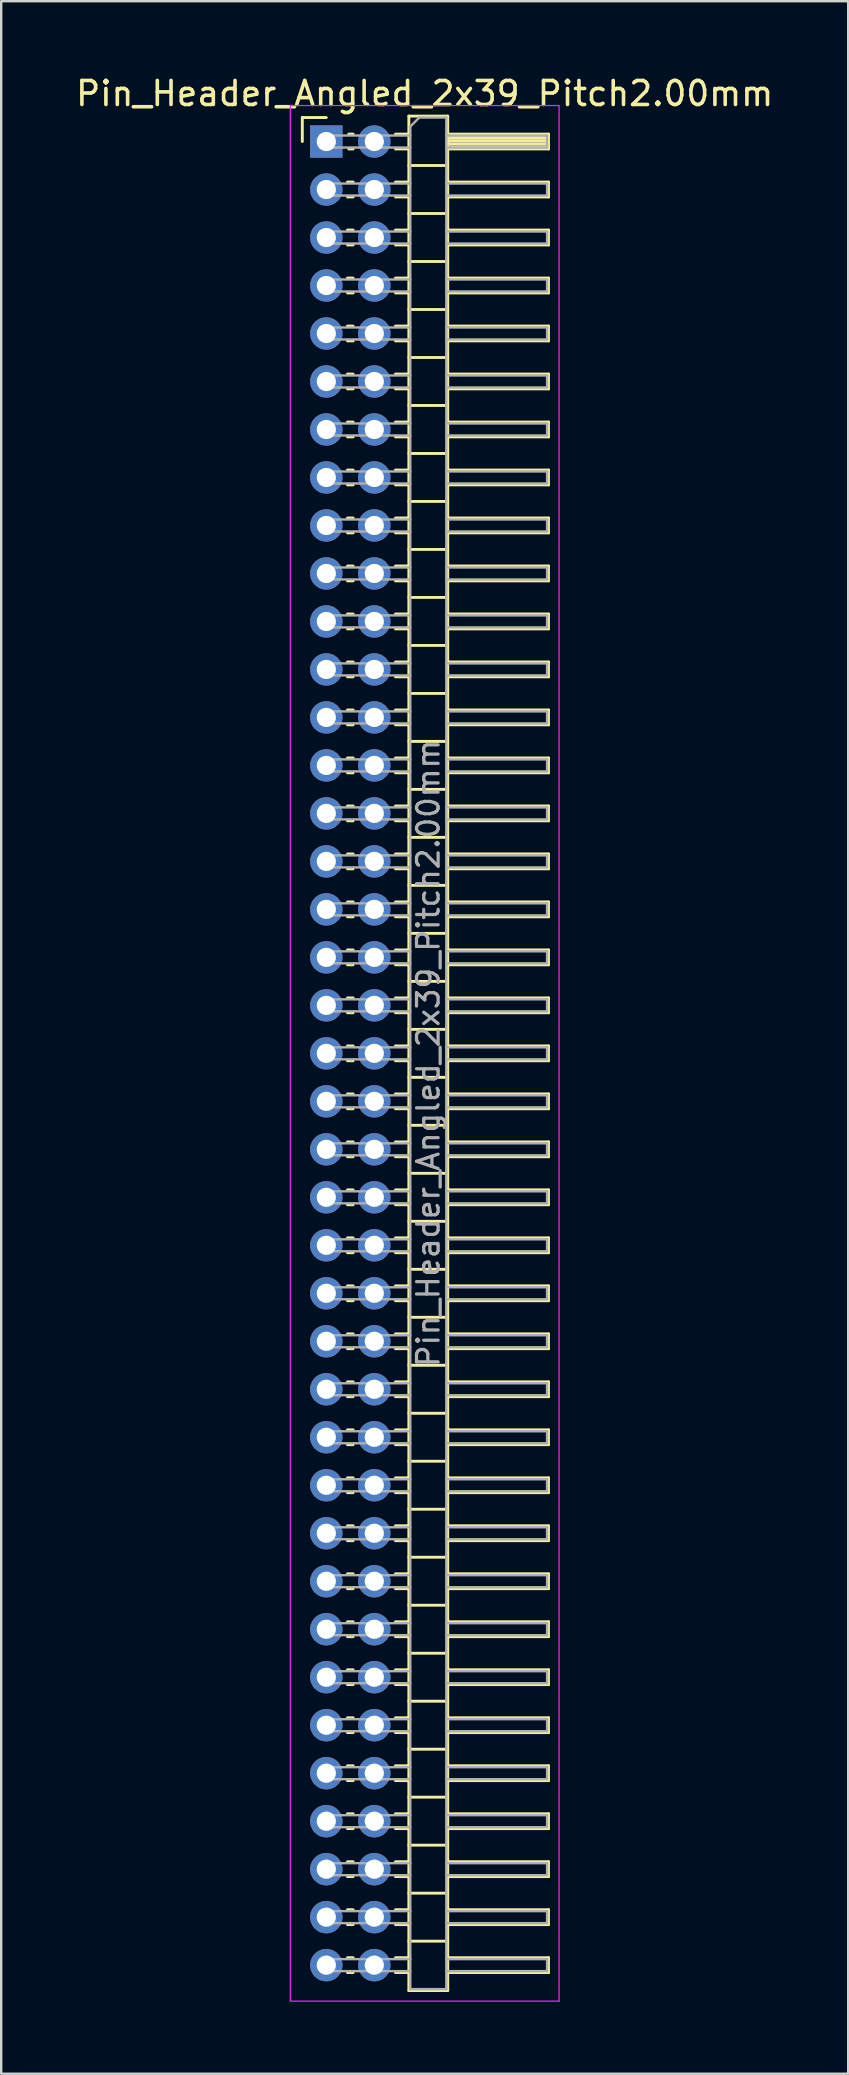
<source format=kicad_pcb>
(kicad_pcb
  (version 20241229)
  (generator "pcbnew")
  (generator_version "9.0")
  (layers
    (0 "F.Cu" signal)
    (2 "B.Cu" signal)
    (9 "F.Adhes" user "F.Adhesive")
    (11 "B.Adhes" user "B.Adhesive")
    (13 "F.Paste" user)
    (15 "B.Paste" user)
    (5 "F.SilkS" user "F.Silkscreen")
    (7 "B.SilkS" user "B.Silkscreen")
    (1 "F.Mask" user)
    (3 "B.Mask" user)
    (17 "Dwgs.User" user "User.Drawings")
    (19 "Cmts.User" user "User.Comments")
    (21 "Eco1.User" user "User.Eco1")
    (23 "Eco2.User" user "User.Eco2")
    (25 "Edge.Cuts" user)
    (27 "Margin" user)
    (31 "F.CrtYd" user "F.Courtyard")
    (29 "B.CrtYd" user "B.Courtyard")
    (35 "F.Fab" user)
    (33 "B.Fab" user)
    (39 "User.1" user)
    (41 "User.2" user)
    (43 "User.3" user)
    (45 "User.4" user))
  (footprint "Pin_Header_Angled_2x39_Pitch2.00mm"
    (layer "F.Cu")
    (at 10.549 2.848)
    (property "Reference" "Pin_Header_Angled_2x39_Pitch2.00mm" (at 4.1 -2 0) (layer "F.SilkS") (effects (font (size 1 1) (thickness 0.15))))
    (attr through_hole)
    (fp_line (start -1 -1) (end 0 -1) (stroke (width 0.12) (type solid)) (layer "F.SilkS"))
    (fp_line (start -1 0) (end -1 -1) (stroke (width 0.12) (type solid)) (layer "F.SilkS"))
    (fp_line (start 0.882 1.69) (end 1.118 1.69) (stroke (width 0.12) (type solid)) (layer "F.SilkS"))
    (fp_line (start 0.882 2.31) (end 1.118 2.31) (stroke (width 0.12) (type solid)) (layer "F.SilkS"))
    (fp_line (start 0.882 3.69) (end 1.118 3.69) (stroke (width 0.12) (type solid)) (layer "F.SilkS"))
    (fp_line (start 0.882 4.31) (end 1.118 4.31) (stroke (width 0.12) (type solid)) (layer "F.SilkS"))
    (fp_line (start 0.882 5.69) (end 1.118 5.69) (stroke (width 0.12) (type solid)) (layer "F.SilkS"))
    (fp_line (start 0.882 6.31) (end 1.118 6.31) (stroke (width 0.12) (type solid)) (layer "F.SilkS"))
    (fp_line (start 0.882 7.69) (end 1.118 7.69) (stroke (width 0.12) (type solid)) (layer "F.SilkS"))
    (fp_line (start 0.882 8.31) (end 1.118 8.31) (stroke (width 0.12) (type solid)) (layer "F.SilkS"))
    (fp_line (start 0.882 9.69) (end 1.118 9.69) (stroke (width 0.12) (type solid)) (layer "F.SilkS"))
    (fp_line (start 0.882 10.31) (end 1.118 10.31) (stroke (width 0.12) (type solid)) (layer "F.SilkS"))
    (fp_line (start 0.882 11.69) (end 1.118 11.69) (stroke (width 0.12) (type solid)) (layer "F.SilkS"))
    (fp_line (start 0.882 12.31) (end 1.118 12.31) (stroke (width 0.12) (type solid)) (layer "F.SilkS"))
    (fp_line (start 0.882 13.69) (end 1.118 13.69) (stroke (width 0.12) (type solid)) (layer "F.SilkS"))
    (fp_line (start 0.882 14.31) (end 1.118 14.31) (stroke (width 0.12) (type solid)) (layer "F.SilkS"))
    (fp_line (start 0.882 15.69) (end 1.118 15.69) (stroke (width 0.12) (type solid)) (layer "F.SilkS"))
    (fp_line (start 0.882 16.31) (end 1.118 16.31) (stroke (width 0.12) (type solid)) (layer "F.SilkS"))
    (fp_line (start 0.882 17.69) (end 1.118 17.69) (stroke (width 0.12) (type solid)) (layer "F.SilkS"))
    (fp_line (start 0.882 18.31) (end 1.118 18.31) (stroke (width 0.12) (type solid)) (layer "F.SilkS"))
    (fp_line (start 0.882 19.69) (end 1.118 19.69) (stroke (width 0.12) (type solid)) (layer "F.SilkS"))
    (fp_line (start 0.882 20.31) (end 1.118 20.31) (stroke (width 0.12) (type solid)) (layer "F.SilkS"))
    (fp_line (start 0.882 21.69) (end 1.118 21.69) (stroke (width 0.12) (type solid)) (layer "F.SilkS"))
    (fp_line (start 0.882 22.31) (end 1.118 22.31) (stroke (width 0.12) (type solid)) (layer "F.SilkS"))
    (fp_line (start 0.882 23.69) (end 1.118 23.69) (stroke (width 0.12) (type solid)) (layer "F.SilkS"))
    (fp_line (start 0.882 24.31) (end 1.118 24.31) (stroke (width 0.12) (type solid)) (layer "F.SilkS"))
    (fp_line (start 0.882 25.69) (end 1.118 25.69) (stroke (width 0.12) (type solid)) (layer "F.SilkS"))
    (fp_line (start 0.882 26.31) (end 1.118 26.31) (stroke (width 0.12) (type solid)) (layer "F.SilkS"))
    (fp_line (start 0.882 27.69) (end 1.118 27.69) (stroke (width 0.12) (type solid)) (layer "F.SilkS"))
    (fp_line (start 0.882 28.31) (end 1.118 28.31) (stroke (width 0.12) (type solid)) (layer "F.SilkS"))
    (fp_line (start 0.882 29.69) (end 1.118 29.69) (stroke (width 0.12) (type solid)) (layer "F.SilkS"))
    (fp_line (start 0.882 30.31) (end 1.118 30.31) (stroke (width 0.12) (type solid)) (layer "F.SilkS"))
    (fp_line (start 0.882 31.69) (end 1.118 31.69) (stroke (width 0.12) (type solid)) (layer "F.SilkS"))
    (fp_line (start 0.882 32.31) (end 1.118 32.31) (stroke (width 0.12) (type solid)) (layer "F.SilkS"))
    (fp_line (start 0.882 33.69) (end 1.118 33.69) (stroke (width 0.12) (type solid)) (layer "F.SilkS"))
    (fp_line (start 0.882 34.31) (end 1.118 34.31) (stroke (width 0.12) (type solid)) (layer "F.SilkS"))
    (fp_line (start 0.882 35.69) (end 1.118 35.69) (stroke (width 0.12) (type solid)) (layer "F.SilkS"))
    (fp_line (start 0.882 36.31) (end 1.118 36.31) (stroke (width 0.12) (type solid)) (layer "F.SilkS"))
    (fp_line (start 0.882 37.69) (end 1.118 37.69) (stroke (width 0.12) (type solid)) (layer "F.SilkS"))
    (fp_line (start 0.882 38.31) (end 1.118 38.31) (stroke (width 0.12) (type solid)) (layer "F.SilkS"))
    (fp_line (start 0.882 39.69) (end 1.118 39.69) (stroke (width 0.12) (type solid)) (layer "F.SilkS"))
    (fp_line (start 0.882 40.31) (end 1.118 40.31) (stroke (width 0.12) (type solid)) (layer "F.SilkS"))
    (fp_line (start 0.882 41.69) (end 1.118 41.69) (stroke (width 0.12) (type solid)) (layer "F.SilkS"))
    (fp_line (start 0.882 42.31) (end 1.118 42.31) (stroke (width 0.12) (type solid)) (layer "F.SilkS"))
    (fp_line (start 0.882 43.69) (end 1.118 43.69) (stroke (width 0.12) (type solid)) (layer "F.SilkS"))
    (fp_line (start 0.882 44.31) (end 1.118 44.31) (stroke (width 0.12) (type solid)) (layer "F.SilkS"))
    (fp_line (start 0.882 45.69) (end 1.118 45.69) (stroke (width 0.12) (type solid)) (layer "F.SilkS"))
    (fp_line (start 0.882 46.31) (end 1.118 46.31) (stroke (width 0.12) (type solid)) (layer "F.SilkS"))
    (fp_line (start 0.882 47.69) (end 1.118 47.69) (stroke (width 0.12) (type solid)) (layer "F.SilkS"))
    (fp_line (start 0.882 48.31) (end 1.118 48.31) (stroke (width 0.12) (type solid)) (layer "F.SilkS"))
    (fp_line (start 0.882 49.69) (end 1.118 49.69) (stroke (width 0.12) (type solid)) (layer "F.SilkS"))
    (fp_line (start 0.882 50.31) (end 1.118 50.31) (stroke (width 0.12) (type solid)) (layer "F.SilkS"))
    (fp_line (start 0.882 51.69) (end 1.118 51.69) (stroke (width 0.12) (type solid)) (layer "F.SilkS"))
    (fp_line (start 0.882 52.31) (end 1.118 52.31) (stroke (width 0.12) (type solid)) (layer "F.SilkS"))
    (fp_line (start 0.882 53.69) (end 1.118 53.69) (stroke (width 0.12) (type solid)) (layer "F.SilkS"))
    (fp_line (start 0.882 54.31) (end 1.118 54.31) (stroke (width 0.12) (type solid)) (layer "F.SilkS"))
    (fp_line (start 0.882 55.69) (end 1.118 55.69) (stroke (width 0.12) (type solid)) (layer "F.SilkS"))
    (fp_line (start 0.882 56.31) (end 1.118 56.31) (stroke (width 0.12) (type solid)) (layer "F.SilkS"))
    (fp_line (start 0.882 57.69) (end 1.118 57.69) (stroke (width 0.12) (type solid)) (layer "F.SilkS"))
    (fp_line (start 0.882 58.31) (end 1.118 58.31) (stroke (width 0.12) (type solid)) (layer "F.SilkS"))
    (fp_line (start 0.882 59.69) (end 1.118 59.69) (stroke (width 0.12) (type solid)) (layer "F.SilkS"))
    (fp_line (start 0.882 60.31) (end 1.118 60.31) (stroke (width 0.12) (type solid)) (layer "F.SilkS"))
    (fp_line (start 0.882 61.69) (end 1.118 61.69) (stroke (width 0.12) (type solid)) (layer "F.SilkS"))
    (fp_line (start 0.882 62.31) (end 1.118 62.31) (stroke (width 0.12) (type solid)) (layer "F.SilkS"))
    (fp_line (start 0.882 63.69) (end 1.118 63.69) (stroke (width 0.12) (type solid)) (layer "F.SilkS"))
    (fp_line (start 0.882 64.31) (end 1.118 64.31) (stroke (width 0.12) (type solid)) (layer "F.SilkS"))
    (fp_line (start 0.882 65.69) (end 1.118 65.69) (stroke (width 0.12) (type solid)) (layer "F.SilkS"))
    (fp_line (start 0.882 66.31) (end 1.118 66.31) (stroke (width 0.12) (type solid)) (layer "F.SilkS"))
    (fp_line (start 0.882 67.69) (end 1.118 67.69) (stroke (width 0.12) (type solid)) (layer "F.SilkS"))
    (fp_line (start 0.882 68.31) (end 1.118 68.31) (stroke (width 0.12) (type solid)) (layer "F.SilkS"))
    (fp_line (start 0.882 69.69) (end 1.118 69.69) (stroke (width 0.12) (type solid)) (layer "F.SilkS"))
    (fp_line (start 0.882 70.31) (end 1.118 70.31) (stroke (width 0.12) (type solid)) (layer "F.SilkS"))
    (fp_line (start 0.882 71.69) (end 1.118 71.69) (stroke (width 0.12) (type solid)) (layer "F.SilkS"))
    (fp_line (start 0.882 72.31) (end 1.118 72.31) (stroke (width 0.12) (type solid)) (layer "F.SilkS"))
    (fp_line (start 0.882 73.69) (end 1.118 73.69) (stroke (width 0.12) (type solid)) (layer "F.SilkS"))
    (fp_line (start 0.882 74.31) (end 1.118 74.31) (stroke (width 0.12) (type solid)) (layer "F.SilkS"))
    (fp_line (start 0.882 75.69) (end 1.118 75.69) (stroke (width 0.12) (type solid)) (layer "F.SilkS"))
    (fp_line (start 0.882 76.31) (end 1.118 76.31) (stroke (width 0.12) (type solid)) (layer "F.SilkS"))
    (fp_line (start 0.935 -0.31) (end 1.118 -0.31) (stroke (width 0.12) (type solid)) (layer "F.SilkS"))
    (fp_line (start 0.935 0.31) (end 1.118 0.31) (stroke (width 0.12) (type solid)) (layer "F.SilkS"))
    (fp_line (start 2.882 -0.31) (end 3.44 -0.31) (stroke (width 0.12) (type solid)) (layer "F.SilkS"))
    (fp_line (start 2.882 0.31) (end 3.44 0.31) (stroke (width 0.12) (type solid)) (layer "F.SilkS"))
    (fp_line (start 2.882 1.69) (end 3.44 1.69) (stroke (width 0.12) (type solid)) (layer "F.SilkS"))
    (fp_line (start 2.882 2.31) (end 3.44 2.31) (stroke (width 0.12) (type solid)) (layer "F.SilkS"))
    (fp_line (start 2.882 3.69) (end 3.44 3.69) (stroke (width 0.12) (type solid)) (layer "F.SilkS"))
    (fp_line (start 2.882 4.31) (end 3.44 4.31) (stroke (width 0.12) (type solid)) (layer "F.SilkS"))
    (fp_line (start 2.882 5.69) (end 3.44 5.69) (stroke (width 0.12) (type solid)) (layer "F.SilkS"))
    (fp_line (start 2.882 6.31) (end 3.44 6.31) (stroke (width 0.12) (type solid)) (layer "F.SilkS"))
    (fp_line (start 2.882 7.69) (end 3.44 7.69) (stroke (width 0.12) (type solid)) (layer "F.SilkS"))
    (fp_line (start 2.882 8.31) (end 3.44 8.31) (stroke (width 0.12) (type solid)) (layer "F.SilkS"))
    (fp_line (start 2.882 9.69) (end 3.44 9.69) (stroke (width 0.12) (type solid)) (layer "F.SilkS"))
    (fp_line (start 2.882 10.31) (end 3.44 10.31) (stroke (width 0.12) (type solid)) (layer "F.SilkS"))
    (fp_line (start 2.882 11.69) (end 3.44 11.69) (stroke (width 0.12) (type solid)) (layer "F.SilkS"))
    (fp_line (start 2.882 12.31) (end 3.44 12.31) (stroke (width 0.12) (type solid)) (layer "F.SilkS"))
    (fp_line (start 2.882 13.69) (end 3.44 13.69) (stroke (width 0.12) (type solid)) (layer "F.SilkS"))
    (fp_line (start 2.882 14.31) (end 3.44 14.31) (stroke (width 0.12) (type solid)) (layer "F.SilkS"))
    (fp_line (start 2.882 15.69) (end 3.44 15.69) (stroke (width 0.12) (type solid)) (layer "F.SilkS"))
    (fp_line (start 2.882 16.31) (end 3.44 16.31) (stroke (width 0.12) (type solid)) (layer "F.SilkS"))
    (fp_line (start 2.882 17.69) (end 3.44 17.69) (stroke (width 0.12) (type solid)) (layer "F.SilkS"))
    (fp_line (start 2.882 18.31) (end 3.44 18.31) (stroke (width 0.12) (type solid)) (layer "F.SilkS"))
    (fp_line (start 2.882 19.69) (end 3.44 19.69) (stroke (width 0.12) (type solid)) (layer "F.SilkS"))
    (fp_line (start 2.882 20.31) (end 3.44 20.31) (stroke (width 0.12) (type solid)) (layer "F.SilkS"))
    (fp_line (start 2.882 21.69) (end 3.44 21.69) (stroke (width 0.12) (type solid)) (layer "F.SilkS"))
    (fp_line (start 2.882 22.31) (end 3.44 22.31) (stroke (width 0.12) (type solid)) (layer "F.SilkS"))
    (fp_line (start 2.882 23.69) (end 3.44 23.69) (stroke (width 0.12) (type solid)) (layer "F.SilkS"))
    (fp_line (start 2.882 24.31) (end 3.44 24.31) (stroke (width 0.12) (type solid)) (layer "F.SilkS"))
    (fp_line (start 2.882 25.69) (end 3.44 25.69) (stroke (width 0.12) (type solid)) (layer "F.SilkS"))
    (fp_line (start 2.882 26.31) (end 3.44 26.31) (stroke (width 0.12) (type solid)) (layer "F.SilkS"))
    (fp_line (start 2.882 27.69) (end 3.44 27.69) (stroke (width 0.12) (type solid)) (layer "F.SilkS"))
    (fp_line (start 2.882 28.31) (end 3.44 28.31) (stroke (width 0.12) (type solid)) (layer "F.SilkS"))
    (fp_line (start 2.882 29.69) (end 3.44 29.69) (stroke (width 0.12) (type solid)) (layer "F.SilkS"))
    (fp_line (start 2.882 30.31) (end 3.44 30.31) (stroke (width 0.12) (type solid)) (layer "F.SilkS"))
    (fp_line (start 2.882 31.69) (end 3.44 31.69) (stroke (width 0.12) (type solid)) (layer "F.SilkS"))
    (fp_line (start 2.882 32.31) (end 3.44 32.31) (stroke (width 0.12) (type solid)) (layer "F.SilkS"))
    (fp_line (start 2.882 33.69) (end 3.44 33.69) (stroke (width 0.12) (type solid)) (layer "F.SilkS"))
    (fp_line (start 2.882 34.31) (end 3.44 34.31) (stroke (width 0.12) (type solid)) (layer "F.SilkS"))
    (fp_line (start 2.882 35.69) (end 3.44 35.69) (stroke (width 0.12) (type solid)) (layer "F.SilkS"))
    (fp_line (start 2.882 36.31) (end 3.44 36.31) (stroke (width 0.12) (type solid)) (layer "F.SilkS"))
    (fp_line (start 2.882 37.69) (end 3.44 37.69) (stroke (width 0.12) (type solid)) (layer "F.SilkS"))
    (fp_line (start 2.882 38.31) (end 3.44 38.31) (stroke (width 0.12) (type solid)) (layer "F.SilkS"))
    (fp_line (start 2.882 39.69) (end 3.44 39.69) (stroke (width 0.12) (type solid)) (layer "F.SilkS"))
    (fp_line (start 2.882 40.31) (end 3.44 40.31) (stroke (width 0.12) (type solid)) (layer "F.SilkS"))
    (fp_line (start 2.882 41.69) (end 3.44 41.69) (stroke (width 0.12) (type solid)) (layer "F.SilkS"))
    (fp_line (start 2.882 42.31) (end 3.44 42.31) (stroke (width 0.12) (type solid)) (layer "F.SilkS"))
    (fp_line (start 2.882 43.69) (end 3.44 43.69) (stroke (width 0.12) (type solid)) (layer "F.SilkS"))
    (fp_line (start 2.882 44.31) (end 3.44 44.31) (stroke (width 0.12) (type solid)) (layer "F.SilkS"))
    (fp_line (start 2.882 45.69) (end 3.44 45.69) (stroke (width 0.12) (type solid)) (layer "F.SilkS"))
    (fp_line (start 2.882 46.31) (end 3.44 46.31) (stroke (width 0.12) (type solid)) (layer "F.SilkS"))
    (fp_line (start 2.882 47.69) (end 3.44 47.69) (stroke (width 0.12) (type solid)) (layer "F.SilkS"))
    (fp_line (start 2.882 48.31) (end 3.44 48.31) (stroke (width 0.12) (type solid)) (layer "F.SilkS"))
    (fp_line (start 2.882 49.69) (end 3.44 49.69) (stroke (width 0.12) (type solid)) (layer "F.SilkS"))
    (fp_line (start 2.882 50.31) (end 3.44 50.31) (stroke (width 0.12) (type solid)) (layer "F.SilkS"))
    (fp_line (start 2.882 51.69) (end 3.44 51.69) (stroke (width 0.12) (type solid)) (layer "F.SilkS"))
    (fp_line (start 2.882 52.31) (end 3.44 52.31) (stroke (width 0.12) (type solid)) (layer "F.SilkS"))
    (fp_line (start 2.882 53.69) (end 3.44 53.69) (stroke (width 0.12) (type solid)) (layer "F.SilkS"))
    (fp_line (start 2.882 54.31) (end 3.44 54.31) (stroke (width 0.12) (type solid)) (layer "F.SilkS"))
    (fp_line (start 2.882 55.69) (end 3.44 55.69) (stroke (width 0.12) (type solid)) (layer "F.SilkS"))
    (fp_line (start 2.882 56.31) (end 3.44 56.31) (stroke (width 0.12) (type solid)) (layer "F.SilkS"))
    (fp_line (start 2.882 57.69) (end 3.44 57.69) (stroke (width 0.12) (type solid)) (layer "F.SilkS"))
    (fp_line (start 2.882 58.31) (end 3.44 58.31) (stroke (width 0.12) (type solid)) (layer "F.SilkS"))
    (fp_line (start 2.882 59.69) (end 3.44 59.69) (stroke (width 0.12) (type solid)) (layer "F.SilkS"))
    (fp_line (start 2.882 60.31) (end 3.44 60.31) (stroke (width 0.12) (type solid)) (layer "F.SilkS"))
    (fp_line (start 2.882 61.69) (end 3.44 61.69) (stroke (width 0.12) (type solid)) (layer "F.SilkS"))
    (fp_line (start 2.882 62.31) (end 3.44 62.31) (stroke (width 0.12) (type solid)) (layer "F.SilkS"))
    (fp_line (start 2.882 63.69) (end 3.44 63.69) (stroke (width 0.12) (type solid)) (layer "F.SilkS"))
    (fp_line (start 2.882 64.31) (end 3.44 64.31) (stroke (width 0.12) (type solid)) (layer "F.SilkS"))
    (fp_line (start 2.882 65.69) (end 3.44 65.69) (stroke (width 0.12) (type solid)) (layer "F.SilkS"))
    (fp_line (start 2.882 66.31) (end 3.44 66.31) (stroke (width 0.12) (type solid)) (layer "F.SilkS"))
    (fp_line (start 2.882 67.69) (end 3.44 67.69) (stroke (width 0.12) (type solid)) (layer "F.SilkS"))
    (fp_line (start 2.882 68.31) (end 3.44 68.31) (stroke (width 0.12) (type solid)) (layer "F.SilkS"))
    (fp_line (start 2.882 69.69) (end 3.44 69.69) (stroke (width 0.12) (type solid)) (layer "F.SilkS"))
    (fp_line (start 2.882 70.31) (end 3.44 70.31) (stroke (width 0.12) (type solid)) (layer "F.SilkS"))
    (fp_line (start 2.882 71.69) (end 3.44 71.69) (stroke (width 0.12) (type solid)) (layer "F.SilkS"))
    (fp_line (start 2.882 72.31) (end 3.44 72.31) (stroke (width 0.12) (type solid)) (layer "F.SilkS"))
    (fp_line (start 2.882 73.69) (end 3.44 73.69) (stroke (width 0.12) (type solid)) (layer "F.SilkS"))
    (fp_line (start 2.882 74.31) (end 3.44 74.31) (stroke (width 0.12) (type solid)) (layer "F.SilkS"))
    (fp_line (start 2.882 75.69) (end 3.44 75.69) (stroke (width 0.12) (type solid)) (layer "F.SilkS"))
    (fp_line (start 2.882 76.31) (end 3.44 76.31) (stroke (width 0.12) (type solid)) (layer "F.SilkS"))
    (fp_line (start 3.44 -1.06) (end 3.44 77.06) (stroke (width 0.12) (type solid)) (layer "F.SilkS"))
    (fp_line (start 3.44 1) (end 5.06 1) (stroke (width 0.12) (type solid)) (layer "F.SilkS"))
    (fp_line (start 3.44 3) (end 5.06 3) (stroke (width 0.12) (type solid)) (layer "F.SilkS"))
    (fp_line (start 3.44 5) (end 5.06 5) (stroke (width 0.12) (type solid)) (layer "F.SilkS"))
    (fp_line (start 3.44 7) (end 5.06 7) (stroke (width 0.12) (type solid)) (layer "F.SilkS"))
    (fp_line (start 3.44 9) (end 5.06 9) (stroke (width 0.12) (type solid)) (layer "F.SilkS"))
    (fp_line (start 3.44 11) (end 5.06 11) (stroke (width 0.12) (type solid)) (layer "F.SilkS"))
    (fp_line (start 3.44 13) (end 5.06 13) (stroke (width 0.12) (type solid)) (layer "F.SilkS"))
    (fp_line (start 3.44 15) (end 5.06 15) (stroke (width 0.12) (type solid)) (layer "F.SilkS"))
    (fp_line (start 3.44 17) (end 5.06 17) (stroke (width 0.12) (type solid)) (layer "F.SilkS"))
    (fp_line (start 3.44 19) (end 5.06 19) (stroke (width 0.12) (type solid)) (layer "F.SilkS"))
    (fp_line (start 3.44 21) (end 5.06 21) (stroke (width 0.12) (type solid)) (layer "F.SilkS"))
    (fp_line (start 3.44 23) (end 5.06 23) (stroke (width 0.12) (type solid)) (layer "F.SilkS"))
    (fp_line (start 3.44 25) (end 5.06 25) (stroke (width 0.12) (type solid)) (layer "F.SilkS"))
    (fp_line (start 3.44 27) (end 5.06 27) (stroke (width 0.12) (type solid)) (layer "F.SilkS"))
    (fp_line (start 3.44 29) (end 5.06 29) (stroke (width 0.12) (type solid)) (layer "F.SilkS"))
    (fp_line (start 3.44 31) (end 5.06 31) (stroke (width 0.12) (type solid)) (layer "F.SilkS"))
    (fp_line (start 3.44 33) (end 5.06 33) (stroke (width 0.12) (type solid)) (layer "F.SilkS"))
    (fp_line (start 3.44 35) (end 5.06 35) (stroke (width 0.12) (type solid)) (layer "F.SilkS"))
    (fp_line (start 3.44 37) (end 5.06 37) (stroke (width 0.12) (type solid)) (layer "F.SilkS"))
    (fp_line (start 3.44 39) (end 5.06 39) (stroke (width 0.12) (type solid)) (layer "F.SilkS"))
    (fp_line (start 3.44 41) (end 5.06 41) (stroke (width 0.12) (type solid)) (layer "F.SilkS"))
    (fp_line (start 3.44 43) (end 5.06 43) (stroke (width 0.12) (type solid)) (layer "F.SilkS"))
    (fp_line (start 3.44 45) (end 5.06 45) (stroke (width 0.12) (type solid)) (layer "F.SilkS"))
    (fp_line (start 3.44 47) (end 5.06 47) (stroke (width 0.12) (type solid)) (layer "F.SilkS"))
    (fp_line (start 3.44 49) (end 5.06 49) (stroke (width 0.12) (type solid)) (layer "F.SilkS"))
    (fp_line (start 3.44 51) (end 5.06 51) (stroke (width 0.12) (type solid)) (layer "F.SilkS"))
    (fp_line (start 3.44 53) (end 5.06 53) (stroke (width 0.12) (type solid)) (layer "F.SilkS"))
    (fp_line (start 3.44 55) (end 5.06 55) (stroke (width 0.12) (type solid)) (layer "F.SilkS"))
    (fp_line (start 3.44 57) (end 5.06 57) (stroke (width 0.12) (type solid)) (layer "F.SilkS"))
    (fp_line (start 3.44 59) (end 5.06 59) (stroke (width 0.12) (type solid)) (layer "F.SilkS"))
    (fp_line (start 3.44 61) (end 5.06 61) (stroke (width 0.12) (type solid)) (layer "F.SilkS"))
    (fp_line (start 3.44 63) (end 5.06 63) (stroke (width 0.12) (type solid)) (layer "F.SilkS"))
    (fp_line (start 3.44 65) (end 5.06 65) (stroke (width 0.12) (type solid)) (layer "F.SilkS"))
    (fp_line (start 3.44 67) (end 5.06 67) (stroke (width 0.12) (type solid)) (layer "F.SilkS"))
    (fp_line (start 3.44 69) (end 5.06 69) (stroke (width 0.12) (type solid)) (layer "F.SilkS"))
    (fp_line (start 3.44 71) (end 5.06 71) (stroke (width 0.12) (type solid)) (layer "F.SilkS"))
    (fp_line (start 3.44 73) (end 5.06 73) (stroke (width 0.12) (type solid)) (layer "F.SilkS"))
    (fp_line (start 3.44 75) (end 5.06 75) (stroke (width 0.12) (type solid)) (layer "F.SilkS"))
    (fp_line (start 3.44 77.06) (end 5.06 77.06) (stroke (width 0.12) (type solid)) (layer "F.SilkS"))
    (fp_line (start 5.06 -1.06) (end 3.44 -1.06) (stroke (width 0.12) (type solid)) (layer "F.SilkS"))
    (fp_line (start 5.06 -0.31) (end 9.26 -0.31) (stroke (width 0.12) (type solid)) (layer "F.SilkS"))
    (fp_line (start 5.06 -0.25) (end 9.26 -0.25) (stroke (width 0.12) (type solid)) (layer "F.SilkS"))
    (fp_line (start 5.06 -0.13) (end 9.26 -0.13) (stroke (width 0.12) (type solid)) (layer "F.SilkS"))
    (fp_line (start 5.06 -0.01) (end 9.26 -0.01) (stroke (width 0.12) (type solid)) (layer "F.SilkS"))
    (fp_line (start 5.06 0.11) (end 9.26 0.11) (stroke (width 0.12) (type solid)) (layer "F.SilkS"))
    (fp_line (start 5.06 0.23) (end 9.26 0.23) (stroke (width 0.12) (type solid)) (layer "F.SilkS"))
    (fp_line (start 5.06 1.69) (end 9.26 1.69) (stroke (width 0.12) (type solid)) (layer "F.SilkS"))
    (fp_line (start 5.06 3.69) (end 9.26 3.69) (stroke (width 0.12) (type solid)) (layer "F.SilkS"))
    (fp_line (start 5.06 5.69) (end 9.26 5.69) (stroke (width 0.12) (type solid)) (layer "F.SilkS"))
    (fp_line (start 5.06 7.69) (end 9.26 7.69) (stroke (width 0.12) (type solid)) (layer "F.SilkS"))
    (fp_line (start 5.06 9.69) (end 9.26 9.69) (stroke (width 0.12) (type solid)) (layer "F.SilkS"))
    (fp_line (start 5.06 11.69) (end 9.26 11.69) (stroke (width 0.12) (type solid)) (layer "F.SilkS"))
    (fp_line (start 5.06 13.69) (end 9.26 13.69) (stroke (width 0.12) (type solid)) (layer "F.SilkS"))
    (fp_line (start 5.06 15.69) (end 9.26 15.69) (stroke (width 0.12) (type solid)) (layer "F.SilkS"))
    (fp_line (start 5.06 17.69) (end 9.26 17.69) (stroke (width 0.12) (type solid)) (layer "F.SilkS"))
    (fp_line (start 5.06 19.69) (end 9.26 19.69) (stroke (width 0.12) (type solid)) (layer "F.SilkS"))
    (fp_line (start 5.06 21.69) (end 9.26 21.69) (stroke (width 0.12) (type solid)) (layer "F.SilkS"))
    (fp_line (start 5.06 23.69) (end 9.26 23.69) (stroke (width 0.12) (type solid)) (layer "F.SilkS"))
    (fp_line (start 5.06 25.69) (end 9.26 25.69) (stroke (width 0.12) (type solid)) (layer "F.SilkS"))
    (fp_line (start 5.06 27.69) (end 9.26 27.69) (stroke (width 0.12) (type solid)) (layer "F.SilkS"))
    (fp_line (start 5.06 29.69) (end 9.26 29.69) (stroke (width 0.12) (type solid)) (layer "F.SilkS"))
    (fp_line (start 5.06 31.69) (end 9.26 31.69) (stroke (width 0.12) (type solid)) (layer "F.SilkS"))
    (fp_line (start 5.06 33.69) (end 9.26 33.69) (stroke (width 0.12) (type solid)) (layer "F.SilkS"))
    (fp_line (start 5.06 35.69) (end 9.26 35.69) (stroke (width 0.12) (type solid)) (layer "F.SilkS"))
    (fp_line (start 5.06 37.69) (end 9.26 37.69) (stroke (width 0.12) (type solid)) (layer "F.SilkS"))
    (fp_line (start 5.06 39.69) (end 9.26 39.69) (stroke (width 0.12) (type solid)) (layer "F.SilkS"))
    (fp_line (start 5.06 41.69) (end 9.26 41.69) (stroke (width 0.12) (type solid)) (layer "F.SilkS"))
    (fp_line (start 5.06 43.69) (end 9.26 43.69) (stroke (width 0.12) (type solid)) (layer "F.SilkS"))
    (fp_line (start 5.06 45.69) (end 9.26 45.69) (stroke (width 0.12) (type solid)) (layer "F.SilkS"))
    (fp_line (start 5.06 47.69) (end 9.26 47.69) (stroke (width 0.12) (type solid)) (layer "F.SilkS"))
    (fp_line (start 5.06 49.69) (end 9.26 49.69) (stroke (width 0.12) (type solid)) (layer "F.SilkS"))
    (fp_line (start 5.06 51.69) (end 9.26 51.69) (stroke (width 0.12) (type solid)) (layer "F.SilkS"))
    (fp_line (start 5.06 53.69) (end 9.26 53.69) (stroke (width 0.12) (type solid)) (layer "F.SilkS"))
    (fp_line (start 5.06 55.69) (end 9.26 55.69) (stroke (width 0.12) (type solid)) (layer "F.SilkS"))
    (fp_line (start 5.06 57.69) (end 9.26 57.69) (stroke (width 0.12) (type solid)) (layer "F.SilkS"))
    (fp_line (start 5.06 59.69) (end 9.26 59.69) (stroke (width 0.12) (type solid)) (layer "F.SilkS"))
    (fp_line (start 5.06 61.69) (end 9.26 61.69) (stroke (width 0.12) (type solid)) (layer "F.SilkS"))
    (fp_line (start 5.06 63.69) (end 9.26 63.69) (stroke (width 0.12) (type solid)) (layer "F.SilkS"))
    (fp_line (start 5.06 65.69) (end 9.26 65.69) (stroke (width 0.12) (type solid)) (layer "F.SilkS"))
    (fp_line (start 5.06 67.69) (end 9.26 67.69) (stroke (width 0.12) (type solid)) (layer "F.SilkS"))
    (fp_line (start 5.06 69.69) (end 9.26 69.69) (stroke (width 0.12) (type solid)) (layer "F.SilkS"))
    (fp_line (start 5.06 71.69) (end 9.26 71.69) (stroke (width 0.12) (type solid)) (layer "F.SilkS"))
    (fp_line (start 5.06 73.69) (end 9.26 73.69) (stroke (width 0.12) (type solid)) (layer "F.SilkS"))
    (fp_line (start 5.06 75.69) (end 9.26 75.69) (stroke (width 0.12) (type solid)) (layer "F.SilkS"))
    (fp_line (start 5.06 77.06) (end 5.06 -1.06) (stroke (width 0.12) (type solid)) (layer "F.SilkS"))
    (fp_line (start 9.26 -0.31) (end 9.26 0.31) (stroke (width 0.12) (type solid)) (layer "F.SilkS"))
    (fp_line (start 9.26 0.31) (end 5.06 0.31) (stroke (width 0.12) (type solid)) (layer "F.SilkS"))
    (fp_line (start 9.26 1.69) (end 9.26 2.31) (stroke (width 0.12) (type solid)) (layer "F.SilkS"))
    (fp_line (start 9.26 2.31) (end 5.06 2.31) (stroke (width 0.12) (type solid)) (layer "F.SilkS"))
    (fp_line (start 9.26 3.69) (end 9.26 4.31) (stroke (width 0.12) (type solid)) (layer "F.SilkS"))
    (fp_line (start 9.26 4.31) (end 5.06 4.31) (stroke (width 0.12) (type solid)) (layer "F.SilkS"))
    (fp_line (start 9.26 5.69) (end 9.26 6.31) (stroke (width 0.12) (type solid)) (layer "F.SilkS"))
    (fp_line (start 9.26 6.31) (end 5.06 6.31) (stroke (width 0.12) (type solid)) (layer "F.SilkS"))
    (fp_line (start 9.26 7.69) (end 9.26 8.31) (stroke (width 0.12) (type solid)) (layer "F.SilkS"))
    (fp_line (start 9.26 8.31) (end 5.06 8.31) (stroke (width 0.12) (type solid)) (layer "F.SilkS"))
    (fp_line (start 9.26 9.69) (end 9.26 10.31) (stroke (width 0.12) (type solid)) (layer "F.SilkS"))
    (fp_line (start 9.26 10.31) (end 5.06 10.31) (stroke (width 0.12) (type solid)) (layer "F.SilkS"))
    (fp_line (start 9.26 11.69) (end 9.26 12.31) (stroke (width 0.12) (type solid)) (layer "F.SilkS"))
    (fp_line (start 9.26 12.31) (end 5.06 12.31) (stroke (width 0.12) (type solid)) (layer "F.SilkS"))
    (fp_line (start 9.26 13.69) (end 9.26 14.31) (stroke (width 0.12) (type solid)) (layer "F.SilkS"))
    (fp_line (start 9.26 14.31) (end 5.06 14.31) (stroke (width 0.12) (type solid)) (layer "F.SilkS"))
    (fp_line (start 9.26 15.69) (end 9.26 16.31) (stroke (width 0.12) (type solid)) (layer "F.SilkS"))
    (fp_line (start 9.26 16.31) (end 5.06 16.31) (stroke (width 0.12) (type solid)) (layer "F.SilkS"))
    (fp_line (start 9.26 17.69) (end 9.26 18.31) (stroke (width 0.12) (type solid)) (layer "F.SilkS"))
    (fp_line (start 9.26 18.31) (end 5.06 18.31) (stroke (width 0.12) (type solid)) (layer "F.SilkS"))
    (fp_line (start 9.26 19.69) (end 9.26 20.31) (stroke (width 0.12) (type solid)) (layer "F.SilkS"))
    (fp_line (start 9.26 20.31) (end 5.06 20.31) (stroke (width 0.12) (type solid)) (layer "F.SilkS"))
    (fp_line (start 9.26 21.69) (end 9.26 22.31) (stroke (width 0.12) (type solid)) (layer "F.SilkS"))
    (fp_line (start 9.26 22.31) (end 5.06 22.31) (stroke (width 0.12) (type solid)) (layer "F.SilkS"))
    (fp_line (start 9.26 23.69) (end 9.26 24.31) (stroke (width 0.12) (type solid)) (layer "F.SilkS"))
    (fp_line (start 9.26 24.31) (end 5.06 24.31) (stroke (width 0.12) (type solid)) (layer "F.SilkS"))
    (fp_line (start 9.26 25.69) (end 9.26 26.31) (stroke (width 0.12) (type solid)) (layer "F.SilkS"))
    (fp_line (start 9.26 26.31) (end 5.06 26.31) (stroke (width 0.12) (type solid)) (layer "F.SilkS"))
    (fp_line (start 9.26 27.69) (end 9.26 28.31) (stroke (width 0.12) (type solid)) (layer "F.SilkS"))
    (fp_line (start 9.26 28.31) (end 5.06 28.31) (stroke (width 0.12) (type solid)) (layer "F.SilkS"))
    (fp_line (start 9.26 29.69) (end 9.26 30.31) (stroke (width 0.12) (type solid)) (layer "F.SilkS"))
    (fp_line (start 9.26 30.31) (end 5.06 30.31) (stroke (width 0.12) (type solid)) (layer "F.SilkS"))
    (fp_line (start 9.26 31.69) (end 9.26 32.31) (stroke (width 0.12) (type solid)) (layer "F.SilkS"))
    (fp_line (start 9.26 32.31) (end 5.06 32.31) (stroke (width 0.12) (type solid)) (layer "F.SilkS"))
    (fp_line (start 9.26 33.69) (end 9.26 34.31) (stroke (width 0.12) (type solid)) (layer "F.SilkS"))
    (fp_line (start 9.26 34.31) (end 5.06 34.31) (stroke (width 0.12) (type solid)) (layer "F.SilkS"))
    (fp_line (start 9.26 35.69) (end 9.26 36.31) (stroke (width 0.12) (type solid)) (layer "F.SilkS"))
    (fp_line (start 9.26 36.31) (end 5.06 36.31) (stroke (width 0.12) (type solid)) (layer "F.SilkS"))
    (fp_line (start 9.26 37.69) (end 9.26 38.31) (stroke (width 0.12) (type solid)) (layer "F.SilkS"))
    (fp_line (start 9.26 38.31) (end 5.06 38.31) (stroke (width 0.12) (type solid)) (layer "F.SilkS"))
    (fp_line (start 9.26 39.69) (end 9.26 40.31) (stroke (width 0.12) (type solid)) (layer "F.SilkS"))
    (fp_line (start 9.26 40.31) (end 5.06 40.31) (stroke (width 0.12) (type solid)) (layer "F.SilkS"))
    (fp_line (start 9.26 41.69) (end 9.26 42.31) (stroke (width 0.12) (type solid)) (layer "F.SilkS"))
    (fp_line (start 9.26 42.31) (end 5.06 42.31) (stroke (width 0.12) (type solid)) (layer "F.SilkS"))
    (fp_line (start 9.26 43.69) (end 9.26 44.31) (stroke (width 0.12) (type solid)) (layer "F.SilkS"))
    (fp_line (start 9.26 44.31) (end 5.06 44.31) (stroke (width 0.12) (type solid)) (layer "F.SilkS"))
    (fp_line (start 9.26 45.69) (end 9.26 46.31) (stroke (width 0.12) (type solid)) (layer "F.SilkS"))
    (fp_line (start 9.26 46.31) (end 5.06 46.31) (stroke (width 0.12) (type solid)) (layer "F.SilkS"))
    (fp_line (start 9.26 47.69) (end 9.26 48.31) (stroke (width 0.12) (type solid)) (layer "F.SilkS"))
    (fp_line (start 9.26 48.31) (end 5.06 48.31) (stroke (width 0.12) (type solid)) (layer "F.SilkS"))
    (fp_line (start 9.26 49.69) (end 9.26 50.31) (stroke (width 0.12) (type solid)) (layer "F.SilkS"))
    (fp_line (start 9.26 50.31) (end 5.06 50.31) (stroke (width 0.12) (type solid)) (layer "F.SilkS"))
    (fp_line (start 9.26 51.69) (end 9.26 52.31) (stroke (width 0.12) (type solid)) (layer "F.SilkS"))
    (fp_line (start 9.26 52.31) (end 5.06 52.31) (stroke (width 0.12) (type solid)) (layer "F.SilkS"))
    (fp_line (start 9.26 53.69) (end 9.26 54.31) (stroke (width 0.12) (type solid)) (layer "F.SilkS"))
    (fp_line (start 9.26 54.31) (end 5.06 54.31) (stroke (width 0.12) (type solid)) (layer "F.SilkS"))
    (fp_line (start 9.26 55.69) (end 9.26 56.31) (stroke (width 0.12) (type solid)) (layer "F.SilkS"))
    (fp_line (start 9.26 56.31) (end 5.06 56.31) (stroke (width 0.12) (type solid)) (layer "F.SilkS"))
    (fp_line (start 9.26 57.69) (end 9.26 58.31) (stroke (width 0.12) (type solid)) (layer "F.SilkS"))
    (fp_line (start 9.26 58.31) (end 5.06 58.31) (stroke (width 0.12) (type solid)) (layer "F.SilkS"))
    (fp_line (start 9.26 59.69) (end 9.26 60.31) (stroke (width 0.12) (type solid)) (layer "F.SilkS"))
    (fp_line (start 9.26 60.31) (end 5.06 60.31) (stroke (width 0.12) (type solid)) (layer "F.SilkS"))
    (fp_line (start 9.26 61.69) (end 9.26 62.31) (stroke (width 0.12) (type solid)) (layer "F.SilkS"))
    (fp_line (start 9.26 62.31) (end 5.06 62.31) (stroke (width 0.12) (type solid)) (layer "F.SilkS"))
    (fp_line (start 9.26 63.69) (end 9.26 64.31) (stroke (width 0.12) (type solid)) (layer "F.SilkS"))
    (fp_line (start 9.26 64.31) (end 5.06 64.31) (stroke (width 0.12) (type solid)) (layer "F.SilkS"))
    (fp_line (start 9.26 65.69) (end 9.26 66.31) (stroke (width 0.12) (type solid)) (layer "F.SilkS"))
    (fp_line (start 9.26 66.31) (end 5.06 66.31) (stroke (width 0.12) (type solid)) (layer "F.SilkS"))
    (fp_line (start 9.26 67.69) (end 9.26 68.31) (stroke (width 0.12) (type solid)) (layer "F.SilkS"))
    (fp_line (start 9.26 68.31) (end 5.06 68.31) (stroke (width 0.12) (type solid)) (layer "F.SilkS"))
    (fp_line (start 9.26 69.69) (end 9.26 70.31) (stroke (width 0.12) (type solid)) (layer "F.SilkS"))
    (fp_line (start 9.26 70.31) (end 5.06 70.31) (stroke (width 0.12) (type solid)) (layer "F.SilkS"))
    (fp_line (start 9.26 71.69) (end 9.26 72.31) (stroke (width 0.12) (type solid)) (layer "F.SilkS"))
    (fp_line (start 9.26 72.31) (end 5.06 72.31) (stroke (width 0.12) (type solid)) (layer "F.SilkS"))
    (fp_line (start 9.26 73.69) (end 9.26 74.31) (stroke (width 0.12) (type solid)) (layer "F.SilkS"))
    (fp_line (start 9.26 74.31) (end 5.06 74.31) (stroke (width 0.12) (type solid)) (layer "F.SilkS"))
    (fp_line (start 9.26 75.69) (end 9.26 76.31) (stroke (width 0.12) (type solid)) (layer "F.SilkS"))
    (fp_line (start 9.26 76.31) (end 5.06 76.31) (stroke (width 0.12) (type solid)) (layer "F.SilkS"))
    (fp_line (start -1.5 -1.5) (end -1.5 77.5) (stroke (width 0.05) (type solid)) (layer "F.CrtYd"))
    (fp_line (start -1.5 77.5) (end 9.7 77.5) (stroke (width 0.05) (type solid)) (layer "F.CrtYd"))
    (fp_line (start 9.7 -1.5) (end -1.5 -1.5) (stroke (width 0.05) (type solid)) (layer "F.CrtYd"))
    (fp_line (start 9.7 77.5) (end 9.7 -1.5) (stroke (width 0.05) (type solid)) (layer "F.CrtYd"))
    (fp_line (start -0.25 -0.25) (end -0.25 0.25) (stroke (width 0.1) (type solid)) (layer "F.Fab"))
    (fp_line (start -0.25 -0.25) (end 3.5 -0.25) (stroke (width 0.1) (type solid)) (layer "F.Fab"))
    (fp_line (start -0.25 0.25) (end 3.5 0.25) (stroke (width 0.1) (type solid)) (layer "F.Fab"))
    (fp_line (start -0.25 1.75) (end -0.25 2.25) (stroke (width 0.1) (type solid)) (layer "F.Fab"))
    (fp_line (start -0.25 1.75) (end 3.5 1.75) (stroke (width 0.1) (type solid)) (layer "F.Fab"))
    (fp_line (start -0.25 2.25) (end 3.5 2.25) (stroke (width 0.1) (type solid)) (layer "F.Fab"))
    (fp_line (start -0.25 3.75) (end -0.25 4.25) (stroke (width 0.1) (type solid)) (layer "F.Fab"))
    (fp_line (start -0.25 3.75) (end 3.5 3.75) (stroke (width 0.1) (type solid)) (layer "F.Fab"))
    (fp_line (start -0.25 4.25) (end 3.5 4.25) (stroke (width 0.1) (type solid)) (layer "F.Fab"))
    (fp_line (start -0.25 5.75) (end -0.25 6.25) (stroke (width 0.1) (type solid)) (layer "F.Fab"))
    (fp_line (start -0.25 5.75) (end 3.5 5.75) (stroke (width 0.1) (type solid)) (layer "F.Fab"))
    (fp_line (start -0.25 6.25) (end 3.5 6.25) (stroke (width 0.1) (type solid)) (layer "F.Fab"))
    (fp_line (start -0.25 7.75) (end -0.25 8.25) (stroke (width 0.1) (type solid)) (layer "F.Fab"))
    (fp_line (start -0.25 7.75) (end 3.5 7.75) (stroke (width 0.1) (type solid)) (layer "F.Fab"))
    (fp_line (start -0.25 8.25) (end 3.5 8.25) (stroke (width 0.1) (type solid)) (layer "F.Fab"))
    (fp_line (start -0.25 9.75) (end -0.25 10.25) (stroke (width 0.1) (type solid)) (layer "F.Fab"))
    (fp_line (start -0.25 9.75) (end 3.5 9.75) (stroke (width 0.1) (type solid)) (layer "F.Fab"))
    (fp_line (start -0.25 10.25) (end 3.5 10.25) (stroke (width 0.1) (type solid)) (layer "F.Fab"))
    (fp_line (start -0.25 11.75) (end -0.25 12.25) (stroke (width 0.1) (type solid)) (layer "F.Fab"))
    (fp_line (start -0.25 11.75) (end 3.5 11.75) (stroke (width 0.1) (type solid)) (layer "F.Fab"))
    (fp_line (start -0.25 12.25) (end 3.5 12.25) (stroke (width 0.1) (type solid)) (layer "F.Fab"))
    (fp_line (start -0.25 13.75) (end -0.25 14.25) (stroke (width 0.1) (type solid)) (layer "F.Fab"))
    (fp_line (start -0.25 13.75) (end 3.5 13.75) (stroke (width 0.1) (type solid)) (layer "F.Fab"))
    (fp_line (start -0.25 14.25) (end 3.5 14.25) (stroke (width 0.1) (type solid)) (layer "F.Fab"))
    (fp_line (start -0.25 15.75) (end -0.25 16.25) (stroke (width 0.1) (type solid)) (layer "F.Fab"))
    (fp_line (start -0.25 15.75) (end 3.5 15.75) (stroke (width 0.1) (type solid)) (layer "F.Fab"))
    (fp_line (start -0.25 16.25) (end 3.5 16.25) (stroke (width 0.1) (type solid)) (layer "F.Fab"))
    (fp_line (start -0.25 17.75) (end -0.25 18.25) (stroke (width 0.1) (type solid)) (layer "F.Fab"))
    (fp_line (start -0.25 17.75) (end 3.5 17.75) (stroke (width 0.1) (type solid)) (layer "F.Fab"))
    (fp_line (start -0.25 18.25) (end 3.5 18.25) (stroke (width 0.1) (type solid)) (layer "F.Fab"))
    (fp_line (start -0.25 19.75) (end -0.25 20.25) (stroke (width 0.1) (type solid)) (layer "F.Fab"))
    (fp_line (start -0.25 19.75) (end 3.5 19.75) (stroke (width 0.1) (type solid)) (layer "F.Fab"))
    (fp_line (start -0.25 20.25) (end 3.5 20.25) (stroke (width 0.1) (type solid)) (layer "F.Fab"))
    (fp_line (start -0.25 21.75) (end -0.25 22.25) (stroke (width 0.1) (type solid)) (layer "F.Fab"))
    (fp_line (start -0.25 21.75) (end 3.5 21.75) (stroke (width 0.1) (type solid)) (layer "F.Fab"))
    (fp_line (start -0.25 22.25) (end 3.5 22.25) (stroke (width 0.1) (type solid)) (layer "F.Fab"))
    (fp_line (start -0.25 23.75) (end -0.25 24.25) (stroke (width 0.1) (type solid)) (layer "F.Fab"))
    (fp_line (start -0.25 23.75) (end 3.5 23.75) (stroke (width 0.1) (type solid)) (layer "F.Fab"))
    (fp_line (start -0.25 24.25) (end 3.5 24.25) (stroke (width 0.1) (type solid)) (layer "F.Fab"))
    (fp_line (start -0.25 25.75) (end -0.25 26.25) (stroke (width 0.1) (type solid)) (layer "F.Fab"))
    (fp_line (start -0.25 25.75) (end 3.5 25.75) (stroke (width 0.1) (type solid)) (layer "F.Fab"))
    (fp_line (start -0.25 26.25) (end 3.5 26.25) (stroke (width 0.1) (type solid)) (layer "F.Fab"))
    (fp_line (start -0.25 27.75) (end -0.25 28.25) (stroke (width 0.1) (type solid)) (layer "F.Fab"))
    (fp_line (start -0.25 27.75) (end 3.5 27.75) (stroke (width 0.1) (type solid)) (layer "F.Fab"))
    (fp_line (start -0.25 28.25) (end 3.5 28.25) (stroke (width 0.1) (type solid)) (layer "F.Fab"))
    (fp_line (start -0.25 29.75) (end -0.25 30.25) (stroke (width 0.1) (type solid)) (layer "F.Fab"))
    (fp_line (start -0.25 29.75) (end 3.5 29.75) (stroke (width 0.1) (type solid)) (layer "F.Fab"))
    (fp_line (start -0.25 30.25) (end 3.5 30.25) (stroke (width 0.1) (type solid)) (layer "F.Fab"))
    (fp_line (start -0.25 31.75) (end -0.25 32.25) (stroke (width 0.1) (type solid)) (layer "F.Fab"))
    (fp_line (start -0.25 31.75) (end 3.5 31.75) (stroke (width 0.1) (type solid)) (layer "F.Fab"))
    (fp_line (start -0.25 32.25) (end 3.5 32.25) (stroke (width 0.1) (type solid)) (layer "F.Fab"))
    (fp_line (start -0.25 33.75) (end -0.25 34.25) (stroke (width 0.1) (type solid)) (layer "F.Fab"))
    (fp_line (start -0.25 33.75) (end 3.5 33.75) (stroke (width 0.1) (type solid)) (layer "F.Fab"))
    (fp_line (start -0.25 34.25) (end 3.5 34.25) (stroke (width 0.1) (type solid)) (layer "F.Fab"))
    (fp_line (start -0.25 35.75) (end -0.25 36.25) (stroke (width 0.1) (type solid)) (layer "F.Fab"))
    (fp_line (start -0.25 35.75) (end 3.5 35.75) (stroke (width 0.1) (type solid)) (layer "F.Fab"))
    (fp_line (start -0.25 36.25) (end 3.5 36.25) (stroke (width 0.1) (type solid)) (layer "F.Fab"))
    (fp_line (start -0.25 37.75) (end -0.25 38.25) (stroke (width 0.1) (type solid)) (layer "F.Fab"))
    (fp_line (start -0.25 37.75) (end 3.5 37.75) (stroke (width 0.1) (type solid)) (layer "F.Fab"))
    (fp_line (start -0.25 38.25) (end 3.5 38.25) (stroke (width 0.1) (type solid)) (layer "F.Fab"))
    (fp_line (start -0.25 39.75) (end -0.25 40.25) (stroke (width 0.1) (type solid)) (layer "F.Fab"))
    (fp_line (start -0.25 39.75) (end 3.5 39.75) (stroke (width 0.1) (type solid)) (layer "F.Fab"))
    (fp_line (start -0.25 40.25) (end 3.5 40.25) (stroke (width 0.1) (type solid)) (layer "F.Fab"))
    (fp_line (start -0.25 41.75) (end -0.25 42.25) (stroke (width 0.1) (type solid)) (layer "F.Fab"))
    (fp_line (start -0.25 41.75) (end 3.5 41.75) (stroke (width 0.1) (type solid)) (layer "F.Fab"))
    (fp_line (start -0.25 42.25) (end 3.5 42.25) (stroke (width 0.1) (type solid)) (layer "F.Fab"))
    (fp_line (start -0.25 43.75) (end -0.25 44.25) (stroke (width 0.1) (type solid)) (layer "F.Fab"))
    (fp_line (start -0.25 43.75) (end 3.5 43.75) (stroke (width 0.1) (type solid)) (layer "F.Fab"))
    (fp_line (start -0.25 44.25) (end 3.5 44.25) (stroke (width 0.1) (type solid)) (layer "F.Fab"))
    (fp_line (start -0.25 45.75) (end -0.25 46.25) (stroke (width 0.1) (type solid)) (layer "F.Fab"))
    (fp_line (start -0.25 45.75) (end 3.5 45.75) (stroke (width 0.1) (type solid)) (layer "F.Fab"))
    (fp_line (start -0.25 46.25) (end 3.5 46.25) (stroke (width 0.1) (type solid)) (layer "F.Fab"))
    (fp_line (start -0.25 47.75) (end -0.25 48.25) (stroke (width 0.1) (type solid)) (layer "F.Fab"))
    (fp_line (start -0.25 47.75) (end 3.5 47.75) (stroke (width 0.1) (type solid)) (layer "F.Fab"))
    (fp_line (start -0.25 48.25) (end 3.5 48.25) (stroke (width 0.1) (type solid)) (layer "F.Fab"))
    (fp_line (start -0.25 49.75) (end -0.25 50.25) (stroke (width 0.1) (type solid)) (layer "F.Fab"))
    (fp_line (start -0.25 49.75) (end 3.5 49.75) (stroke (width 0.1) (type solid)) (layer "F.Fab"))
    (fp_line (start -0.25 50.25) (end 3.5 50.25) (stroke (width 0.1) (type solid)) (layer "F.Fab"))
    (fp_line (start -0.25 51.75) (end -0.25 52.25) (stroke (width 0.1) (type solid)) (layer "F.Fab"))
    (fp_line (start -0.25 51.75) (end 3.5 51.75) (stroke (width 0.1) (type solid)) (layer "F.Fab"))
    (fp_line (start -0.25 52.25) (end 3.5 52.25) (stroke (width 0.1) (type solid)) (layer "F.Fab"))
    (fp_line (start -0.25 53.75) (end -0.25 54.25) (stroke (width 0.1) (type solid)) (layer "F.Fab"))
    (fp_line (start -0.25 53.75) (end 3.5 53.75) (stroke (width 0.1) (type solid)) (layer "F.Fab"))
    (fp_line (start -0.25 54.25) (end 3.5 54.25) (stroke (width 0.1) (type solid)) (layer "F.Fab"))
    (fp_line (start -0.25 55.75) (end -0.25 56.25) (stroke (width 0.1) (type solid)) (layer "F.Fab"))
    (fp_line (start -0.25 55.75) (end 3.5 55.75) (stroke (width 0.1) (type solid)) (layer "F.Fab"))
    (fp_line (start -0.25 56.25) (end 3.5 56.25) (stroke (width 0.1) (type solid)) (layer "F.Fab"))
    (fp_line (start -0.25 57.75) (end -0.25 58.25) (stroke (width 0.1) (type solid)) (layer "F.Fab"))
    (fp_line (start -0.25 57.75) (end 3.5 57.75) (stroke (width 0.1) (type solid)) (layer "F.Fab"))
    (fp_line (start -0.25 58.25) (end 3.5 58.25) (stroke (width 0.1) (type solid)) (layer "F.Fab"))
    (fp_line (start -0.25 59.75) (end -0.25 60.25) (stroke (width 0.1) (type solid)) (layer "F.Fab"))
    (fp_line (start -0.25 59.75) (end 3.5 59.75) (stroke (width 0.1) (type solid)) (layer "F.Fab"))
    (fp_line (start -0.25 60.25) (end 3.5 60.25) (stroke (width 0.1) (type solid)) (layer "F.Fab"))
    (fp_line (start -0.25 61.75) (end -0.25 62.25) (stroke (width 0.1) (type solid)) (layer "F.Fab"))
    (fp_line (start -0.25 61.75) (end 3.5 61.75) (stroke (width 0.1) (type solid)) (layer "F.Fab"))
    (fp_line (start -0.25 62.25) (end 3.5 62.25) (stroke (width 0.1) (type solid)) (layer "F.Fab"))
    (fp_line (start -0.25 63.75) (end -0.25 64.25) (stroke (width 0.1) (type solid)) (layer "F.Fab"))
    (fp_line (start -0.25 63.75) (end 3.5 63.75) (stroke (width 0.1) (type solid)) (layer "F.Fab"))
    (fp_line (start -0.25 64.25) (end 3.5 64.25) (stroke (width 0.1) (type solid)) (layer "F.Fab"))
    (fp_line (start -0.25 65.75) (end -0.25 66.25) (stroke (width 0.1) (type solid)) (layer "F.Fab"))
    (fp_line (start -0.25 65.75) (end 3.5 65.75) (stroke (width 0.1) (type solid)) (layer "F.Fab"))
    (fp_line (start -0.25 66.25) (end 3.5 66.25) (stroke (width 0.1) (type solid)) (layer "F.Fab"))
    (fp_line (start -0.25 67.75) (end -0.25 68.25) (stroke (width 0.1) (type solid)) (layer "F.Fab"))
    (fp_line (start -0.25 67.75) (end 3.5 67.75) (stroke (width 0.1) (type solid)) (layer "F.Fab"))
    (fp_line (start -0.25 68.25) (end 3.5 68.25) (stroke (width 0.1) (type solid)) (layer "F.Fab"))
    (fp_line (start -0.25 69.75) (end -0.25 70.25) (stroke (width 0.1) (type solid)) (layer "F.Fab"))
    (fp_line (start -0.25 69.75) (end 3.5 69.75) (stroke (width 0.1) (type solid)) (layer "F.Fab"))
    (fp_line (start -0.25 70.25) (end 3.5 70.25) (stroke (width 0.1) (type solid)) (layer "F.Fab"))
    (fp_line (start -0.25 71.75) (end -0.25 72.25) (stroke (width 0.1) (type solid)) (layer "F.Fab"))
    (fp_line (start -0.25 71.75) (end 3.5 71.75) (stroke (width 0.1) (type solid)) (layer "F.Fab"))
    (fp_line (start -0.25 72.25) (end 3.5 72.25) (stroke (width 0.1) (type solid)) (layer "F.Fab"))
    (fp_line (start -0.25 73.75) (end -0.25 74.25) (stroke (width 0.1) (type solid)) (layer "F.Fab"))
    (fp_line (start -0.25 73.75) (end 3.5 73.75) (stroke (width 0.1) (type solid)) (layer "F.Fab"))
    (fp_line (start -0.25 74.25) (end 3.5 74.25) (stroke (width 0.1) (type solid)) (layer "F.Fab"))
    (fp_line (start -0.25 75.75) (end -0.25 76.25) (stroke (width 0.1) (type solid)) (layer "F.Fab"))
    (fp_line (start -0.25 75.75) (end 3.5 75.75) (stroke (width 0.1) (type solid)) (layer "F.Fab"))
    (fp_line (start -0.25 76.25) (end 3.5 76.25) (stroke (width 0.1) (type solid)) (layer "F.Fab"))
    (fp_line (start 3.5 -0.625) (end 3.875 -1) (stroke (width 0.1) (type solid)) (layer "F.Fab"))
    (fp_line (start 3.5 77) (end 3.5 -0.625) (stroke (width 0.1) (type solid)) (layer "F.Fab"))
    (fp_line (start 3.875 -1) (end 5 -1) (stroke (width 0.1) (type solid)) (layer "F.Fab"))
    (fp_line (start 5 -1) (end 5 77) (stroke (width 0.1) (type solid)) (layer "F.Fab"))
    (fp_line (start 5 -0.25) (end 9.2 -0.25) (stroke (width 0.1) (type solid)) (layer "F.Fab"))
    (fp_line (start 5 0.25) (end 9.2 0.25) (stroke (width 0.1) (type solid)) (layer "F.Fab"))
    (fp_line (start 5 1.75) (end 9.2 1.75) (stroke (width 0.1) (type solid)) (layer "F.Fab"))
    (fp_line (start 5 2.25) (end 9.2 2.25) (stroke (width 0.1) (type solid)) (layer "F.Fab"))
    (fp_line (start 5 3.75) (end 9.2 3.75) (stroke (width 0.1) (type solid)) (layer "F.Fab"))
    (fp_line (start 5 4.25) (end 9.2 4.25) (stroke (width 0.1) (type solid)) (layer "F.Fab"))
    (fp_line (start 5 5.75) (end 9.2 5.75) (stroke (width 0.1) (type solid)) (layer "F.Fab"))
    (fp_line (start 5 6.25) (end 9.2 6.25) (stroke (width 0.1) (type solid)) (layer "F.Fab"))
    (fp_line (start 5 7.75) (end 9.2 7.75) (stroke (width 0.1) (type solid)) (layer "F.Fab"))
    (fp_line (start 5 8.25) (end 9.2 8.25) (stroke (width 0.1) (type solid)) (layer "F.Fab"))
    (fp_line (start 5 9.75) (end 9.2 9.75) (stroke (width 0.1) (type solid)) (layer "F.Fab"))
    (fp_line (start 5 10.25) (end 9.2 10.25) (stroke (width 0.1) (type solid)) (layer "F.Fab"))
    (fp_line (start 5 11.75) (end 9.2 11.75) (stroke (width 0.1) (type solid)) (layer "F.Fab"))
    (fp_line (start 5 12.25) (end 9.2 12.25) (stroke (width 0.1) (type solid)) (layer "F.Fab"))
    (fp_line (start 5 13.75) (end 9.2 13.75) (stroke (width 0.1) (type solid)) (layer "F.Fab"))
    (fp_line (start 5 14.25) (end 9.2 14.25) (stroke (width 0.1) (type solid)) (layer "F.Fab"))
    (fp_line (start 5 15.75) (end 9.2 15.75) (stroke (width 0.1) (type solid)) (layer "F.Fab"))
    (fp_line (start 5 16.25) (end 9.2 16.25) (stroke (width 0.1) (type solid)) (layer "F.Fab"))
    (fp_line (start 5 17.75) (end 9.2 17.75) (stroke (width 0.1) (type solid)) (layer "F.Fab"))
    (fp_line (start 5 18.25) (end 9.2 18.25) (stroke (width 0.1) (type solid)) (layer "F.Fab"))
    (fp_line (start 5 19.75) (end 9.2 19.75) (stroke (width 0.1) (type solid)) (layer "F.Fab"))
    (fp_line (start 5 20.25) (end 9.2 20.25) (stroke (width 0.1) (type solid)) (layer "F.Fab"))
    (fp_line (start 5 21.75) (end 9.2 21.75) (stroke (width 0.1) (type solid)) (layer "F.Fab"))
    (fp_line (start 5 22.25) (end 9.2 22.25) (stroke (width 0.1) (type solid)) (layer "F.Fab"))
    (fp_line (start 5 23.75) (end 9.2 23.75) (stroke (width 0.1) (type solid)) (layer "F.Fab"))
    (fp_line (start 5 24.25) (end 9.2 24.25) (stroke (width 0.1) (type solid)) (layer "F.Fab"))
    (fp_line (start 5 25.75) (end 9.2 25.75) (stroke (width 0.1) (type solid)) (layer "F.Fab"))
    (fp_line (start 5 26.25) (end 9.2 26.25) (stroke (width 0.1) (type solid)) (layer "F.Fab"))
    (fp_line (start 5 27.75) (end 9.2 27.75) (stroke (width 0.1) (type solid)) (layer "F.Fab"))
    (fp_line (start 5 28.25) (end 9.2 28.25) (stroke (width 0.1) (type solid)) (layer "F.Fab"))
    (fp_line (start 5 29.75) (end 9.2 29.75) (stroke (width 0.1) (type solid)) (layer "F.Fab"))
    (fp_line (start 5 30.25) (end 9.2 30.25) (stroke (width 0.1) (type solid)) (layer "F.Fab"))
    (fp_line (start 5 31.75) (end 9.2 31.75) (stroke (width 0.1) (type solid)) (layer "F.Fab"))
    (fp_line (start 5 32.25) (end 9.2 32.25) (stroke (width 0.1) (type solid)) (layer "F.Fab"))
    (fp_line (start 5 33.75) (end 9.2 33.75) (stroke (width 0.1) (type solid)) (layer "F.Fab"))
    (fp_line (start 5 34.25) (end 9.2 34.25) (stroke (width 0.1) (type solid)) (layer "F.Fab"))
    (fp_line (start 5 35.75) (end 9.2 35.75) (stroke (width 0.1) (type solid)) (layer "F.Fab"))
    (fp_line (start 5 36.25) (end 9.2 36.25) (stroke (width 0.1) (type solid)) (layer "F.Fab"))
    (fp_line (start 5 37.75) (end 9.2 37.75) (stroke (width 0.1) (type solid)) (layer "F.Fab"))
    (fp_line (start 5 38.25) (end 9.2 38.25) (stroke (width 0.1) (type solid)) (layer "F.Fab"))
    (fp_line (start 5 39.75) (end 9.2 39.75) (stroke (width 0.1) (type solid)) (layer "F.Fab"))
    (fp_line (start 5 40.25) (end 9.2 40.25) (stroke (width 0.1) (type solid)) (layer "F.Fab"))
    (fp_line (start 5 41.75) (end 9.2 41.75) (stroke (width 0.1) (type solid)) (layer "F.Fab"))
    (fp_line (start 5 42.25) (end 9.2 42.25) (stroke (width 0.1) (type solid)) (layer "F.Fab"))
    (fp_line (start 5 43.75) (end 9.2 43.75) (stroke (width 0.1) (type solid)) (layer "F.Fab"))
    (fp_line (start 5 44.25) (end 9.2 44.25) (stroke (width 0.1) (type solid)) (layer "F.Fab"))
    (fp_line (start 5 45.75) (end 9.2 45.75) (stroke (width 0.1) (type solid)) (layer "F.Fab"))
    (fp_line (start 5 46.25) (end 9.2 46.25) (stroke (width 0.1) (type solid)) (layer "F.Fab"))
    (fp_line (start 5 47.75) (end 9.2 47.75) (stroke (width 0.1) (type solid)) (layer "F.Fab"))
    (fp_line (start 5 48.25) (end 9.2 48.25) (stroke (width 0.1) (type solid)) (layer "F.Fab"))
    (fp_line (start 5 49.75) (end 9.2 49.75) (stroke (width 0.1) (type solid)) (layer "F.Fab"))
    (fp_line (start 5 50.25) (end 9.2 50.25) (stroke (width 0.1) (type solid)) (layer "F.Fab"))
    (fp_line (start 5 51.75) (end 9.2 51.75) (stroke (width 0.1) (type solid)) (layer "F.Fab"))
    (fp_line (start 5 52.25) (end 9.2 52.25) (stroke (width 0.1) (type solid)) (layer "F.Fab"))
    (fp_line (start 5 53.75) (end 9.2 53.75) (stroke (width 0.1) (type solid)) (layer "F.Fab"))
    (fp_line (start 5 54.25) (end 9.2 54.25) (stroke (width 0.1) (type solid)) (layer "F.Fab"))
    (fp_line (start 5 55.75) (end 9.2 55.75) (stroke (width 0.1) (type solid)) (layer "F.Fab"))
    (fp_line (start 5 56.25) (end 9.2 56.25) (stroke (width 0.1) (type solid)) (layer "F.Fab"))
    (fp_line (start 5 57.75) (end 9.2 57.75) (stroke (width 0.1) (type solid)) (layer "F.Fab"))
    (fp_line (start 5 58.25) (end 9.2 58.25) (stroke (width 0.1) (type solid)) (layer "F.Fab"))
    (fp_line (start 5 59.75) (end 9.2 59.75) (stroke (width 0.1) (type solid)) (layer "F.Fab"))
    (fp_line (start 5 60.25) (end 9.2 60.25) (stroke (width 0.1) (type solid)) (layer "F.Fab"))
    (fp_line (start 5 61.75) (end 9.2 61.75) (stroke (width 0.1) (type solid)) (layer "F.Fab"))
    (fp_line (start 5 62.25) (end 9.2 62.25) (stroke (width 0.1) (type solid)) (layer "F.Fab"))
    (fp_line (start 5 63.75) (end 9.2 63.75) (stroke (width 0.1) (type solid)) (layer "F.Fab"))
    (fp_line (start 5 64.25) (end 9.2 64.25) (stroke (width 0.1) (type solid)) (layer "F.Fab"))
    (fp_line (start 5 65.75) (end 9.2 65.75) (stroke (width 0.1) (type solid)) (layer "F.Fab"))
    (fp_line (start 5 66.25) (end 9.2 66.25) (stroke (width 0.1) (type solid)) (layer "F.Fab"))
    (fp_line (start 5 67.75) (end 9.2 67.75) (stroke (width 0.1) (type solid)) (layer "F.Fab"))
    (fp_line (start 5 68.25) (end 9.2 68.25) (stroke (width 0.1) (type solid)) (layer "F.Fab"))
    (fp_line (start 5 69.75) (end 9.2 69.75) (stroke (width 0.1) (type solid)) (layer "F.Fab"))
    (fp_line (start 5 70.25) (end 9.2 70.25) (stroke (width 0.1) (type solid)) (layer "F.Fab"))
    (fp_line (start 5 71.75) (end 9.2 71.75) (stroke (width 0.1) (type solid)) (layer "F.Fab"))
    (fp_line (start 5 72.25) (end 9.2 72.25) (stroke (width 0.1) (type solid)) (layer "F.Fab"))
    (fp_line (start 5 73.75) (end 9.2 73.75) (stroke (width 0.1) (type solid)) (layer "F.Fab"))
    (fp_line (start 5 74.25) (end 9.2 74.25) (stroke (width 0.1) (type solid)) (layer "F.Fab"))
    (fp_line (start 5 75.75) (end 9.2 75.75) (stroke (width 0.1) (type solid)) (layer "F.Fab"))
    (fp_line (start 5 76.25) (end 9.2 76.25) (stroke (width 0.1) (type solid)) (layer "F.Fab"))
    (fp_line (start 5 77) (end 3.5 77) (stroke (width 0.1) (type solid)) (layer "F.Fab"))
    (fp_line (start 9.2 -0.25) (end 9.2 0.25) (stroke (width 0.1) (type solid)) (layer "F.Fab"))
    (fp_line (start 9.2 1.75) (end 9.2 2.25) (stroke (width 0.1) (type solid)) (layer "F.Fab"))
    (fp_line (start 9.2 3.75) (end 9.2 4.25) (stroke (width 0.1) (type solid)) (layer "F.Fab"))
    (fp_line (start 9.2 5.75) (end 9.2 6.25) (stroke (width 0.1) (type solid)) (layer "F.Fab"))
    (fp_line (start 9.2 7.75) (end 9.2 8.25) (stroke (width 0.1) (type solid)) (layer "F.Fab"))
    (fp_line (start 9.2 9.75) (end 9.2 10.25) (stroke (width 0.1) (type solid)) (layer "F.Fab"))
    (fp_line (start 9.2 11.75) (end 9.2 12.25) (stroke (width 0.1) (type solid)) (layer "F.Fab"))
    (fp_line (start 9.2 13.75) (end 9.2 14.25) (stroke (width 0.1) (type solid)) (layer "F.Fab"))
    (fp_line (start 9.2 15.75) (end 9.2 16.25) (stroke (width 0.1) (type solid)) (layer "F.Fab"))
    (fp_line (start 9.2 17.75) (end 9.2 18.25) (stroke (width 0.1) (type solid)) (layer "F.Fab"))
    (fp_line (start 9.2 19.75) (end 9.2 20.25) (stroke (width 0.1) (type solid)) (layer "F.Fab"))
    (fp_line (start 9.2 21.75) (end 9.2 22.25) (stroke (width 0.1) (type solid)) (layer "F.Fab"))
    (fp_line (start 9.2 23.75) (end 9.2 24.25) (stroke (width 0.1) (type solid)) (layer "F.Fab"))
    (fp_line (start 9.2 25.75) (end 9.2 26.25) (stroke (width 0.1) (type solid)) (layer "F.Fab"))
    (fp_line (start 9.2 27.75) (end 9.2 28.25) (stroke (width 0.1) (type solid)) (layer "F.Fab"))
    (fp_line (start 9.2 29.75) (end 9.2 30.25) (stroke (width 0.1) (type solid)) (layer "F.Fab"))
    (fp_line (start 9.2 31.75) (end 9.2 32.25) (stroke (width 0.1) (type solid)) (layer "F.Fab"))
    (fp_line (start 9.2 33.75) (end 9.2 34.25) (stroke (width 0.1) (type solid)) (layer "F.Fab"))
    (fp_line (start 9.2 35.75) (end 9.2 36.25) (stroke (width 0.1) (type solid)) (layer "F.Fab"))
    (fp_line (start 9.2 37.75) (end 9.2 38.25) (stroke (width 0.1) (type solid)) (layer "F.Fab"))
    (fp_line (start 9.2 39.75) (end 9.2 40.25) (stroke (width 0.1) (type solid)) (layer "F.Fab"))
    (fp_line (start 9.2 41.75) (end 9.2 42.25) (stroke (width 0.1) (type solid)) (layer "F.Fab"))
    (fp_line (start 9.2 43.75) (end 9.2 44.25) (stroke (width 0.1) (type solid)) (layer "F.Fab"))
    (fp_line (start 9.2 45.75) (end 9.2 46.25) (stroke (width 0.1) (type solid)) (layer "F.Fab"))
    (fp_line (start 9.2 47.75) (end 9.2 48.25) (stroke (width 0.1) (type solid)) (layer "F.Fab"))
    (fp_line (start 9.2 49.75) (end 9.2 50.25) (stroke (width 0.1) (type solid)) (layer "F.Fab"))
    (fp_line (start 9.2 51.75) (end 9.2 52.25) (stroke (width 0.1) (type solid)) (layer "F.Fab"))
    (fp_line (start 9.2 53.75) (end 9.2 54.25) (stroke (width 0.1) (type solid)) (layer "F.Fab"))
    (fp_line (start 9.2 55.75) (end 9.2 56.25) (stroke (width 0.1) (type solid)) (layer "F.Fab"))
    (fp_line (start 9.2 57.75) (end 9.2 58.25) (stroke (width 0.1) (type solid)) (layer "F.Fab"))
    (fp_line (start 9.2 59.75) (end 9.2 60.25) (stroke (width 0.1) (type solid)) (layer "F.Fab"))
    (fp_line (start 9.2 61.75) (end 9.2 62.25) (stroke (width 0.1) (type solid)) (layer "F.Fab"))
    (fp_line (start 9.2 63.75) (end 9.2 64.25) (stroke (width 0.1) (type solid)) (layer "F.Fab"))
    (fp_line (start 9.2 65.75) (end 9.2 66.25) (stroke (width 0.1) (type solid)) (layer "F.Fab"))
    (fp_line (start 9.2 67.75) (end 9.2 68.25) (stroke (width 0.1) (type solid)) (layer "F.Fab"))
    (fp_line (start 9.2 69.75) (end 9.2 70.25) (stroke (width 0.1) (type solid)) (layer "F.Fab"))
    (fp_line (start 9.2 71.75) (end 9.2 72.25) (stroke (width 0.1) (type solid)) (layer "F.Fab"))
    (fp_line (start 9.2 73.75) (end 9.2 74.25) (stroke (width 0.1) (type solid)) (layer "F.Fab"))
    (fp_line (start 9.2 75.75) (end 9.2 76.25) (stroke (width 0.1) (type solid)) (layer "F.Fab"))
    (fp_text user "${REFERENCE}" (at 4.25 38 90) (layer "F.Fab") (effects (font (size 0.9 0.9) (thickness 0.135))))
    (pad "1" thru_hole rect (at 0 0) (size 1.35 1.35) (drill 0.8) (layers "*.Cu" "*.Mask"))
    (pad "2" thru_hole oval (at 2 0) (size 1.35 1.35) (drill 0.8) (layers "*.Cu" "*.Mask"))
    (pad "3" thru_hole oval (at 0 2) (size 1.35 1.35) (drill 0.8) (layers "*.Cu" "*.Mask"))
    (pad "4" thru_hole oval (at 2 2) (size 1.35 1.35) (drill 0.8) (layers "*.Cu" "*.Mask"))
    (pad "5" thru_hole oval (at 0 4) (size 1.35 1.35) (drill 0.8) (layers "*.Cu" "*.Mask"))
    (pad "6" thru_hole oval (at 2 4) (size 1.35 1.35) (drill 0.8) (layers "*.Cu" "*.Mask"))
    (pad "7" thru_hole oval (at 0 6) (size 1.35 1.35) (drill 0.8) (layers "*.Cu" "*.Mask"))
    (pad "8" thru_hole oval (at 2 6) (size 1.35 1.35) (drill 0.8) (layers "*.Cu" "*.Mask"))
    (pad "9" thru_hole oval (at 0 8) (size 1.35 1.35) (drill 0.8) (layers "*.Cu" "*.Mask"))
    (pad "10" thru_hole oval (at 2 8) (size 1.35 1.35) (drill 0.8) (layers "*.Cu" "*.Mask"))
    (pad "11" thru_hole oval (at 0 10) (size 1.35 1.35) (drill 0.8) (layers "*.Cu" "*.Mask"))
    (pad "12" thru_hole oval (at 2 10) (size 1.35 1.35) (drill 0.8) (layers "*.Cu" "*.Mask"))
    (pad "13" thru_hole oval (at 0 12) (size 1.35 1.35) (drill 0.8) (layers "*.Cu" "*.Mask"))
    (pad "14" thru_hole oval (at 2 12) (size 1.35 1.35) (drill 0.8) (layers "*.Cu" "*.Mask"))
    (pad "15" thru_hole oval (at 0 14) (size 1.35 1.35) (drill 0.8) (layers "*.Cu" "*.Mask"))
    (pad "16" thru_hole oval (at 2 14) (size 1.35 1.35) (drill 0.8) (layers "*.Cu" "*.Mask"))
    (pad "17" thru_hole oval (at 0 16) (size 1.35 1.35) (drill 0.8) (layers "*.Cu" "*.Mask"))
    (pad "18" thru_hole oval (at 2 16) (size 1.35 1.35) (drill 0.8) (layers "*.Cu" "*.Mask"))
    (pad "19" thru_hole oval (at 0 18) (size 1.35 1.35) (drill 0.8) (layers "*.Cu" "*.Mask"))
    (pad "20" thru_hole oval (at 2 18) (size 1.35 1.35) (drill 0.8) (layers "*.Cu" "*.Mask"))
    (pad "21" thru_hole oval (at 0 20) (size 1.35 1.35) (drill 0.8) (layers "*.Cu" "*.Mask"))
    (pad "22" thru_hole oval (at 2 20) (size 1.35 1.35) (drill 0.8) (layers "*.Cu" "*.Mask"))
    (pad "23" thru_hole oval (at 0 22) (size 1.35 1.35) (drill 0.8) (layers "*.Cu" "*.Mask"))
    (pad "24" thru_hole oval (at 2 22) (size 1.35 1.35) (drill 0.8) (layers "*.Cu" "*.Mask"))
    (pad "25" thru_hole oval (at 0 24) (size 1.35 1.35) (drill 0.8) (layers "*.Cu" "*.Mask"))
    (pad "26" thru_hole oval (at 2 24) (size 1.35 1.35) (drill 0.8) (layers "*.Cu" "*.Mask"))
    (pad "27" thru_hole oval (at 0 26) (size 1.35 1.35) (drill 0.8) (layers "*.Cu" "*.Mask"))
    (pad "28" thru_hole oval (at 2 26) (size 1.35 1.35) (drill 0.8) (layers "*.Cu" "*.Mask"))
    (pad "29" thru_hole oval (at 0 28) (size 1.35 1.35) (drill 0.8) (layers "*.Cu" "*.Mask"))
    (pad "30" thru_hole oval (at 2 28) (size 1.35 1.35) (drill 0.8) (layers "*.Cu" "*.Mask"))
    (pad "31" thru_hole oval (at 0 30) (size 1.35 1.35) (drill 0.8) (layers "*.Cu" "*.Mask"))
    (pad "32" thru_hole oval (at 2 30) (size 1.35 1.35) (drill 0.8) (layers "*.Cu" "*.Mask"))
    (pad "33" thru_hole oval (at 0 32) (size 1.35 1.35) (drill 0.8) (layers "*.Cu" "*.Mask"))
    (pad "34" thru_hole oval (at 2 32) (size 1.35 1.35) (drill 0.8) (layers "*.Cu" "*.Mask"))
    (pad "35" thru_hole oval (at 0 34) (size 1.35 1.35) (drill 0.8) (layers "*.Cu" "*.Mask"))
    (pad "36" thru_hole oval (at 2 34) (size 1.35 1.35) (drill 0.8) (layers "*.Cu" "*.Mask"))
    (pad "37" thru_hole oval (at 0 36) (size 1.35 1.35) (drill 0.8) (layers "*.Cu" "*.Mask"))
    (pad "38" thru_hole oval (at 2 36) (size 1.35 1.35) (drill 0.8) (layers "*.Cu" "*.Mask"))
    (pad "39" thru_hole oval (at 0 38) (size 1.35 1.35) (drill 0.8) (layers "*.Cu" "*.Mask"))
    (pad "40" thru_hole oval (at 2 38) (size 1.35 1.35) (drill 0.8) (layers "*.Cu" "*.Mask"))
    (pad "41" thru_hole oval (at 0 40) (size 1.35 1.35) (drill 0.8) (layers "*.Cu" "*.Mask"))
    (pad "42" thru_hole oval (at 2 40) (size 1.35 1.35) (drill 0.8) (layers "*.Cu" "*.Mask"))
    (pad "43" thru_hole oval (at 0 42) (size 1.35 1.35) (drill 0.8) (layers "*.Cu" "*.Mask"))
    (pad "44" thru_hole oval (at 2 42) (size 1.35 1.35) (drill 0.8) (layers "*.Cu" "*.Mask"))
    (pad "45" thru_hole oval (at 0 44) (size 1.35 1.35) (drill 0.8) (layers "*.Cu" "*.Mask"))
    (pad "46" thru_hole oval (at 2 44) (size 1.35 1.35) (drill 0.8) (layers "*.Cu" "*.Mask"))
    (pad "47" thru_hole oval (at 0 46) (size 1.35 1.35) (drill 0.8) (layers "*.Cu" "*.Mask"))
    (pad "48" thru_hole oval (at 2 46) (size 1.35 1.35) (drill 0.8) (layers "*.Cu" "*.Mask"))
    (pad "49" thru_hole oval (at 0 48) (size 1.35 1.35) (drill 0.8) (layers "*.Cu" "*.Mask"))
    (pad "50" thru_hole oval (at 2 48) (size 1.35 1.35) (drill 0.8) (layers "*.Cu" "*.Mask"))
    (pad "51" thru_hole oval (at 0 50) (size 1.35 1.35) (drill 0.8) (layers "*.Cu" "*.Mask"))
    (pad "52" thru_hole oval (at 2 50) (size 1.35 1.35) (drill 0.8) (layers "*.Cu" "*.Mask"))
    (pad "53" thru_hole oval (at 0 52) (size 1.35 1.35) (drill 0.8) (layers "*.Cu" "*.Mask"))
    (pad "54" thru_hole oval (at 2 52) (size 1.35 1.35) (drill 0.8) (layers "*.Cu" "*.Mask"))
    (pad "55" thru_hole oval (at 0 54) (size 1.35 1.35) (drill 0.8) (layers "*.Cu" "*.Mask"))
    (pad "56" thru_hole oval (at 2 54) (size 1.35 1.35) (drill 0.8) (layers "*.Cu" "*.Mask"))
    (pad "57" thru_hole oval (at 0 56) (size 1.35 1.35) (drill 0.8) (layers "*.Cu" "*.Mask"))
    (pad "58" thru_hole oval (at 2 56) (size 1.35 1.35) (drill 0.8) (layers "*.Cu" "*.Mask"))
    (pad "59" thru_hole oval (at 0 58) (size 1.35 1.35) (drill 0.8) (layers "*.Cu" "*.Mask"))
    (pad "60" thru_hole oval (at 2 58) (size 1.35 1.35) (drill 0.8) (layers "*.Cu" "*.Mask"))
    (pad "61" thru_hole oval (at 0 60) (size 1.35 1.35) (drill 0.8) (layers "*.Cu" "*.Mask"))
    (pad "62" thru_hole oval (at 2 60) (size 1.35 1.35) (drill 0.8) (layers "*.Cu" "*.Mask"))
    (pad "63" thru_hole oval (at 0 62) (size 1.35 1.35) (drill 0.8) (layers "*.Cu" "*.Mask"))
    (pad "64" thru_hole oval (at 2 62) (size 1.35 1.35) (drill 0.8) (layers "*.Cu" "*.Mask"))
    (pad "65" thru_hole oval (at 0 64) (size 1.35 1.35) (drill 0.8) (layers "*.Cu" "*.Mask"))
    (pad "66" thru_hole oval (at 2 64) (size 1.35 1.35) (drill 0.8) (layers "*.Cu" "*.Mask"))
    (pad "67" thru_hole oval (at 0 66) (size 1.35 1.35) (drill 0.8) (layers "*.Cu" "*.Mask"))
    (pad "68" thru_hole oval (at 2 66) (size 1.35 1.35) (drill 0.8) (layers "*.Cu" "*.Mask"))
    (pad "69" thru_hole oval (at 0 68) (size 1.35 1.35) (drill 0.8) (layers "*.Cu" "*.Mask"))
    (pad "70" thru_hole oval (at 2 68) (size 1.35 1.35) (drill 0.8) (layers "*.Cu" "*.Mask"))
    (pad "71" thru_hole oval (at 0 70) (size 1.35 1.35) (drill 0.8) (layers "*.Cu" "*.Mask"))
    (pad "72" thru_hole oval (at 2 70) (size 1.35 1.35) (drill 0.8) (layers "*.Cu" "*.Mask"))
    (pad "73" thru_hole oval (at 0 72) (size 1.35 1.35) (drill 0.8) (layers "*.Cu" "*.Mask"))
    (pad "74" thru_hole oval (at 2 72) (size 1.35 1.35) (drill 0.8) (layers "*.Cu" "*.Mask"))
    (pad "75" thru_hole oval (at 0 74) (size 1.35 1.35) (drill 0.8) (layers "*.Cu" "*.Mask"))
    (pad "76" thru_hole oval (at 2 74) (size 1.35 1.35) (drill 0.8) (layers "*.Cu" "*.Mask"))
    (pad "77" thru_hole oval (at 0 76) (size 1.35 1.35) (drill 0.8) (layers "*.Cu" "*.Mask"))
    (pad "78" thru_hole oval (at 2 76) (size 1.35 1.35) (drill 0.8) (layers "*.Cu" "*.Mask")))
  (gr_rect
    (start -3 -3)
    (end 32.298 83.373)
    (stroke (width 0.1) (type default))
    (fill no)
    (layer "Edge.Cuts")))
</source>
